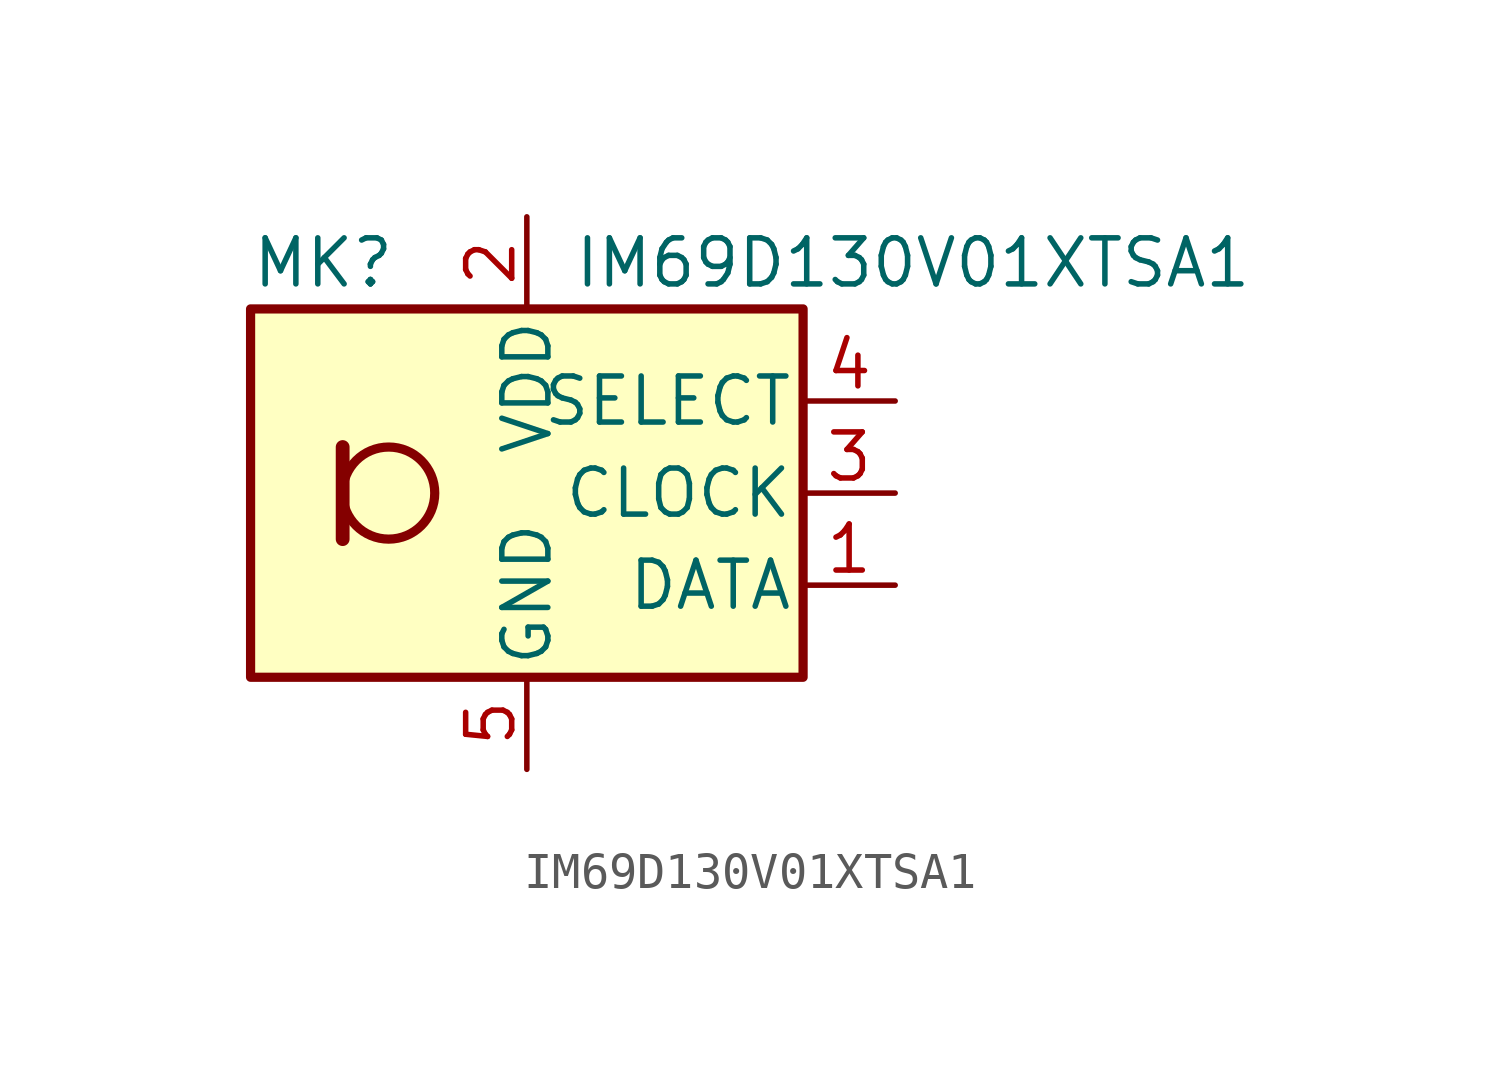
<source format=kicad_sym>
(kicad_symbol_lib
  (version 20231120)
  (generator "kicad_symbol_editor")
  (generator_version "8.0")
  (symbol "IM69D130V01XTSA1"
    (pin_names
      (offset 0.254))
    (property "Reference" "MK"
      (at -7.62 6.35 0)
      (effects (font (size 1.27 1.27)) (justify left)))
    (property "Value" "IM69D130V01XTSA1"
      (at 1.27 6.35 0)
      (effects (font (size 1.27 1.27)) (justify left)))
    (symbol "IM69D130V01XTSA1_0_1"
      (rectangle (start -7.62 5.08) (end 7.62 -5.08) (stroke (width 0.254) (type default)) (fill (type background)))
      (circle (center -3.81 0) (radius 1.27) (stroke (width 0.254) (type default)) (fill (type none)))
      (polyline (pts (xy -5.08 1.27) (xy -5.08 -1.27)) (stroke (width 0.381) (type default)) (fill (type none))))
    (symbol "IM69D130V01XTSA1_1_1"
      (pin output line (at 10.16 -2.54 180) (length 2.54) (name "DATA" (effects (font (size 1.27 1.27)))) (number "1" (effects (font (size 1.27 1.27)))))
      (pin power_in line (at 0 7.62 270) (length 2.54) (name "VDD" (effects (font (size 1.27 1.27)))) (number "2" (effects (font (size 1.27 1.27)))))
      (pin input line (at 10.16 0 180) (length 2.54) (name "CLOCK" (effects (font (size 1.27 1.27)))) (number "3" (effects (font (size 1.27 1.27)))))
      (pin input line (at 10.16 2.54 180) (length 2.54) (name "SELECT" (effects (font (size 1.27 1.27)))) (number "4" (effects (font (size 1.27 1.27)))))
      (pin power_in line (at 0 -7.62 90) (length 2.54) (name "GND" (effects (font (size 1.27 1.27)))) (number "5" (effects (font (size 1.27 1.27))))))))
</source>
